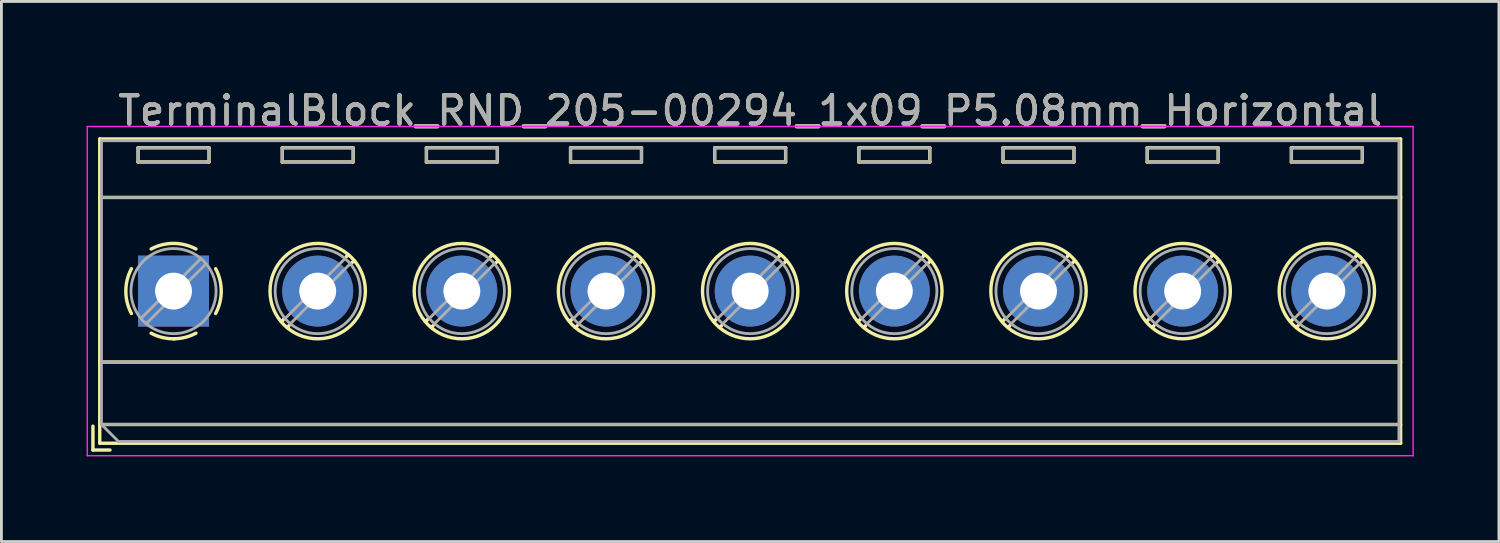
<source format=kicad_pcb>
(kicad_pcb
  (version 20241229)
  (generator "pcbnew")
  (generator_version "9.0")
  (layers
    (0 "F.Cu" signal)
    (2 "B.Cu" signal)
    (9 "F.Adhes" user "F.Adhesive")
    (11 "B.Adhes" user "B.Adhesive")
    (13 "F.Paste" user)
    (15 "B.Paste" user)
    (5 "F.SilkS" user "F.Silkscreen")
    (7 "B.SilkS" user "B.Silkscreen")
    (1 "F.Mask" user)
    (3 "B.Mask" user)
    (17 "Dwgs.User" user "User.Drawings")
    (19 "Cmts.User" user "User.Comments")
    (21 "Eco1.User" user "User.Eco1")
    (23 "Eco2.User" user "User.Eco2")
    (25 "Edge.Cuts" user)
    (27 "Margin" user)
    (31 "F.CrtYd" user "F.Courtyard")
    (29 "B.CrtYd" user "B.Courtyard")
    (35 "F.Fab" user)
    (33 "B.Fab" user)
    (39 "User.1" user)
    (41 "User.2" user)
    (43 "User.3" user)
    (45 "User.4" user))
  (footprint "TerminalBlock_RND_205-00294_1x09_P5.08mm_Horizontal"
    (layer "F.Cu")
    (at 3.065 7.208)
    (property "Reference" "TerminalBlock_RND_205-00294_1x09_P5.08mm_Horizontal" (at 20.32 -6.36 0) (layer "F.SilkS") (effects (font (size 1 1) (thickness 0.15))))
    (attr through_hole)
    (fp_line (start -2.84 4.76) (end -2.84 5.6) (stroke (width 0.12) (type solid)) (layer "F.SilkS"))
    (fp_line (start -2.84 5.6) (end -2.24 5.6) (stroke (width 0.12) (type solid)) (layer "F.SilkS"))
    (fp_line (start -2.6 -5.36) (end -2.6 5.36) (stroke (width 0.12) (type solid)) (layer "F.SilkS"))
    (fp_line (start -2.6 -5.36) (end 43.24 -5.36) (stroke (width 0.12) (type solid)) (layer "F.SilkS"))
    (fp_line (start -2.6 -3.3) (end 43.24 -3.3) (stroke (width 0.12) (type solid)) (layer "F.SilkS"))
    (fp_line (start -2.6 2.5) (end 43.24 2.5) (stroke (width 0.12) (type solid)) (layer "F.SilkS"))
    (fp_line (start -2.6 4.7) (end 43.24 4.7) (stroke (width 0.12) (type solid)) (layer "F.SilkS"))
    (fp_line (start -2.6 5.36) (end 43.24 5.36) (stroke (width 0.12) (type solid)) (layer "F.SilkS"))
    (fp_line (start -1.25 -5.05) (end -1.25 -4.55) (stroke (width 0.12) (type solid)) (layer "F.SilkS"))
    (fp_line (start -1.25 -5.05) (end 1.25 -5.05) (stroke (width 0.12) (type solid)) (layer "F.SilkS"))
    (fp_line (start -1.25 -4.55) (end 1.25 -4.55) (stroke (width 0.12) (type solid)) (layer "F.SilkS"))
    (fp_line (start 1.25 -5.05) (end 1.25 -4.55) (stroke (width 0.12) (type solid)) (layer "F.SilkS"))
    (fp_line (start 3.83 -5.05) (end 3.83 -4.55) (stroke (width 0.12) (type solid)) (layer "F.SilkS"))
    (fp_line (start 3.83 -5.05) (end 6.33 -5.05) (stroke (width 0.12) (type solid)) (layer "F.SilkS"))
    (fp_line (start 3.83 -4.55) (end 6.33 -4.55) (stroke (width 0.12) (type solid)) (layer "F.SilkS"))
    (fp_line (start 3.9 0.976) (end 3.806 1.069) (stroke (width 0.12) (type solid)) (layer "F.SilkS"))
    (fp_line (start 4.07 1.216) (end 4.011 1.274) (stroke (width 0.12) (type solid)) (layer "F.SilkS"))
    (fp_line (start 6.15 -1.275) (end 6.091 -1.216) (stroke (width 0.12) (type solid)) (layer "F.SilkS"))
    (fp_line (start 6.33 -5.05) (end 6.33 -4.55) (stroke (width 0.12) (type solid)) (layer "F.SilkS"))
    (fp_line (start 6.355 -1.069) (end 6.261 -0.976) (stroke (width 0.12) (type solid)) (layer "F.SilkS"))
    (fp_line (start 8.91 -5.05) (end 8.91 -4.55) (stroke (width 0.12) (type solid)) (layer "F.SilkS"))
    (fp_line (start 8.91 -5.05) (end 11.41 -5.05) (stroke (width 0.12) (type solid)) (layer "F.SilkS"))
    (fp_line (start 8.91 -4.55) (end 11.41 -4.55) (stroke (width 0.12) (type solid)) (layer "F.SilkS"))
    (fp_line (start 8.98 0.976) (end 8.886 1.069) (stroke (width 0.12) (type solid)) (layer "F.SilkS"))
    (fp_line (start 9.15 1.216) (end 9.091 1.274) (stroke (width 0.12) (type solid)) (layer "F.SilkS"))
    (fp_line (start 11.23 -1.275) (end 11.171 -1.216) (stroke (width 0.12) (type solid)) (layer "F.SilkS"))
    (fp_line (start 11.41 -5.05) (end 11.41 -4.55) (stroke (width 0.12) (type solid)) (layer "F.SilkS"))
    (fp_line (start 11.435 -1.069) (end 11.341 -0.976) (stroke (width 0.12) (type solid)) (layer "F.SilkS"))
    (fp_line (start 13.99 -5.05) (end 13.99 -4.55) (stroke (width 0.12) (type solid)) (layer "F.SilkS"))
    (fp_line (start 13.99 -5.05) (end 16.49 -5.05) (stroke (width 0.12) (type solid)) (layer "F.SilkS"))
    (fp_line (start 13.99 -4.55) (end 16.49 -4.55) (stroke (width 0.12) (type solid)) (layer "F.SilkS"))
    (fp_line (start 14.06 0.976) (end 13.966 1.069) (stroke (width 0.12) (type solid)) (layer "F.SilkS"))
    (fp_line (start 14.23 1.216) (end 14.171 1.274) (stroke (width 0.12) (type solid)) (layer "F.SilkS"))
    (fp_line (start 16.31 -1.275) (end 16.251 -1.216) (stroke (width 0.12) (type solid)) (layer "F.SilkS"))
    (fp_line (start 16.49 -5.05) (end 16.49 -4.55) (stroke (width 0.12) (type solid)) (layer "F.SilkS"))
    (fp_line (start 16.515 -1.069) (end 16.421 -0.976) (stroke (width 0.12) (type solid)) (layer "F.SilkS"))
    (fp_line (start 19.07 -5.05) (end 19.07 -4.55) (stroke (width 0.12) (type solid)) (layer "F.SilkS"))
    (fp_line (start 19.07 -5.05) (end 21.57 -5.05) (stroke (width 0.12) (type solid)) (layer "F.SilkS"))
    (fp_line (start 19.07 -4.55) (end 21.57 -4.55) (stroke (width 0.12) (type solid)) (layer "F.SilkS"))
    (fp_line (start 19.14 0.976) (end 19.046 1.069) (stroke (width 0.12) (type solid)) (layer "F.SilkS"))
    (fp_line (start 19.31 1.216) (end 19.251 1.274) (stroke (width 0.12) (type solid)) (layer "F.SilkS"))
    (fp_line (start 21.39 -1.275) (end 21.331 -1.216) (stroke (width 0.12) (type solid)) (layer "F.SilkS"))
    (fp_line (start 21.57 -5.05) (end 21.57 -4.55) (stroke (width 0.12) (type solid)) (layer "F.SilkS"))
    (fp_line (start 21.595 -1.069) (end 21.501 -0.976) (stroke (width 0.12) (type solid)) (layer "F.SilkS"))
    (fp_line (start 24.15 -5.05) (end 24.15 -4.55) (stroke (width 0.12) (type solid)) (layer "F.SilkS"))
    (fp_line (start 24.15 -5.05) (end 26.65 -5.05) (stroke (width 0.12) (type solid)) (layer "F.SilkS"))
    (fp_line (start 24.15 -4.55) (end 26.65 -4.55) (stroke (width 0.12) (type solid)) (layer "F.SilkS"))
    (fp_line (start 24.22 0.976) (end 24.126 1.069) (stroke (width 0.12) (type solid)) (layer "F.SilkS"))
    (fp_line (start 24.39 1.216) (end 24.331 1.274) (stroke (width 0.12) (type solid)) (layer "F.SilkS"))
    (fp_line (start 26.47 -1.275) (end 26.411 -1.216) (stroke (width 0.12) (type solid)) (layer "F.SilkS"))
    (fp_line (start 26.65 -5.05) (end 26.65 -4.55) (stroke (width 0.12) (type solid)) (layer "F.SilkS"))
    (fp_line (start 26.675 -1.069) (end 26.581 -0.976) (stroke (width 0.12) (type solid)) (layer "F.SilkS"))
    (fp_line (start 29.23 -5.05) (end 29.23 -4.55) (stroke (width 0.12) (type solid)) (layer "F.SilkS"))
    (fp_line (start 29.23 -5.05) (end 31.73 -5.05) (stroke (width 0.12) (type solid)) (layer "F.SilkS"))
    (fp_line (start 29.23 -4.55) (end 31.73 -4.55) (stroke (width 0.12) (type solid)) (layer "F.SilkS"))
    (fp_line (start 29.3 0.976) (end 29.206 1.069) (stroke (width 0.12) (type solid)) (layer "F.SilkS"))
    (fp_line (start 29.47 1.216) (end 29.411 1.274) (stroke (width 0.12) (type solid)) (layer "F.SilkS"))
    (fp_line (start 31.55 -1.275) (end 31.491 -1.216) (stroke (width 0.12) (type solid)) (layer "F.SilkS"))
    (fp_line (start 31.73 -5.05) (end 31.73 -4.55) (stroke (width 0.12) (type solid)) (layer "F.SilkS"))
    (fp_line (start 31.755 -1.069) (end 31.661 -0.976) (stroke (width 0.12) (type solid)) (layer "F.SilkS"))
    (fp_line (start 34.31 -5.05) (end 34.31 -4.55) (stroke (width 0.12) (type solid)) (layer "F.SilkS"))
    (fp_line (start 34.31 -5.05) (end 36.81 -5.05) (stroke (width 0.12) (type solid)) (layer "F.SilkS"))
    (fp_line (start 34.31 -4.55) (end 36.81 -4.55) (stroke (width 0.12) (type solid)) (layer "F.SilkS"))
    (fp_line (start 34.38 0.976) (end 34.286 1.069) (stroke (width 0.12) (type solid)) (layer "F.SilkS"))
    (fp_line (start 34.55 1.216) (end 34.491 1.274) (stroke (width 0.12) (type solid)) (layer "F.SilkS"))
    (fp_line (start 36.63 -1.275) (end 36.571 -1.216) (stroke (width 0.12) (type solid)) (layer "F.SilkS"))
    (fp_line (start 36.81 -5.05) (end 36.81 -4.55) (stroke (width 0.12) (type solid)) (layer "F.SilkS"))
    (fp_line (start 36.835 -1.069) (end 36.741 -0.976) (stroke (width 0.12) (type solid)) (layer "F.SilkS"))
    (fp_line (start 39.39 -5.05) (end 39.39 -4.55) (stroke (width 0.12) (type solid)) (layer "F.SilkS"))
    (fp_line (start 39.39 -5.05) (end 41.89 -5.05) (stroke (width 0.12) (type solid)) (layer "F.SilkS"))
    (fp_line (start 39.39 -4.55) (end 41.89 -4.55) (stroke (width 0.12) (type solid)) (layer "F.SilkS"))
    (fp_line (start 39.46 0.976) (end 39.366 1.069) (stroke (width 0.12) (type solid)) (layer "F.SilkS"))
    (fp_line (start 39.63 1.216) (end 39.571 1.274) (stroke (width 0.12) (type solid)) (layer "F.SilkS"))
    (fp_line (start 41.71 -1.275) (end 41.651 -1.216) (stroke (width 0.12) (type solid)) (layer "F.SilkS"))
    (fp_line (start 41.89 -5.05) (end 41.89 -4.55) (stroke (width 0.12) (type solid)) (layer "F.SilkS"))
    (fp_line (start 41.915 -1.069) (end 41.821 -0.976) (stroke (width 0.12) (type solid)) (layer "F.SilkS"))
    (fp_line (start 43.24 -5.36) (end 43.24 5.36) (stroke (width 0.12) (type solid)) (layer "F.SilkS"))
    (fp_arc (start -1.483953 0.789089) (mid -1.680708 0.00005) (end -1.484 -0.789) (stroke (width 0.12) (type solid)) (layer "F.SilkS"))
    (fp_arc (start -0.789089 -1.483953) (mid -0.00005 -1.680708) (end 0.789 -1.484) (stroke (width 0.12) (type solid)) (layer "F.SilkS"))
    (fp_arc (start 0.029383 1.68045) (mid -0.392304 1.634281) (end -0.789 1.484) (stroke (width 0.12) (type solid)) (layer "F.SilkS"))
    (fp_arc (start 0.788712 1.483352) (mid 0.406429 1.630097) (end 0 1.68) (stroke (width 0.12) (type solid)) (layer "F.SilkS"))
    (fp_arc (start 1.483953 -0.789089) (mid 1.680708 -0.00005) (end 1.484 0.789) (stroke (width 0.12) (type solid)) (layer "F.SilkS"))
    (fp_circle (center 5.08 0) (end 6.76 0) (stroke (width 0.12) (type solid)) (fill no) (layer "F.SilkS"))
    (fp_circle (center 10.16 0) (end 11.84 0) (stroke (width 0.12) (type solid)) (fill no) (layer "F.SilkS"))
    (fp_circle (center 15.24 0) (end 16.92 0) (stroke (width 0.12) (type solid)) (fill no) (layer "F.SilkS"))
    (fp_circle (center 20.32 0) (end 22 0) (stroke (width 0.12) (type solid)) (fill no) (layer "F.SilkS"))
    (fp_circle (center 25.4 0) (end 27.08 0) (stroke (width 0.12) (type solid)) (fill no) (layer "F.SilkS"))
    (fp_circle (center 30.48 0) (end 32.16 0) (stroke (width 0.12) (type solid)) (fill no) (layer "F.SilkS"))
    (fp_circle (center 35.56 0) (end 37.24 0) (stroke (width 0.12) (type solid)) (fill no) (layer "F.SilkS"))
    (fp_circle (center 40.64 0) (end 42.32 0) (stroke (width 0.12) (type solid)) (fill no) (layer "F.SilkS"))
    (fp_line (start -3.04 -5.8) (end -3.04 5.8) (stroke (width 0.05) (type solid)) (layer "F.CrtYd"))
    (fp_line (start -3.04 5.8) (end 43.68 5.8) (stroke (width 0.05) (type solid)) (layer "F.CrtYd"))
    (fp_line (start 43.68 -5.8) (end -3.04 -5.8) (stroke (width 0.05) (type solid)) (layer "F.CrtYd"))
    (fp_line (start 43.68 5.8) (end 43.68 -5.8) (stroke (width 0.05) (type solid)) (layer "F.CrtYd"))
    (fp_line (start -2.54 -5.3) (end 43.18 -5.3) (stroke (width 0.1) (type solid)) (layer "F.Fab"))
    (fp_line (start -2.54 -3.3) (end 43.18 -3.3) (stroke (width 0.1) (type solid)) (layer "F.Fab"))
    (fp_line (start -2.54 2.5) (end 43.18 2.5) (stroke (width 0.1) (type solid)) (layer "F.Fab"))
    (fp_line (start -2.54 4.7) (end -2.54 -5.3) (stroke (width 0.1) (type solid)) (layer "F.Fab"))
    (fp_line (start -2.54 4.7) (end 43.18 4.7) (stroke (width 0.1) (type solid)) (layer "F.Fab"))
    (fp_line (start -1.94 5.3) (end -2.54 4.7) (stroke (width 0.1) (type solid)) (layer "F.Fab"))
    (fp_line (start -1.25 -5.05) (end -1.25 -4.55) (stroke (width 0.1) (type solid)) (layer "F.Fab"))
    (fp_line (start -1.25 -4.55) (end 1.25 -4.55) (stroke (width 0.1) (type solid)) (layer "F.Fab"))
    (fp_line (start 0.955 -1.138) (end -1.138 0.955) (stroke (width 0.1) (type solid)) (layer "F.Fab"))
    (fp_line (start 1.138 -0.955) (end -0.955 1.138) (stroke (width 0.1) (type solid)) (layer "F.Fab"))
    (fp_line (start 1.25 -5.05) (end -1.25 -5.05) (stroke (width 0.1) (type solid)) (layer "F.Fab"))
    (fp_line (start 1.25 -4.55) (end 1.25 -5.05) (stroke (width 0.1) (type solid)) (layer "F.Fab"))
    (fp_line (start 3.83 -5.05) (end 3.83 -4.55) (stroke (width 0.1) (type solid)) (layer "F.Fab"))
    (fp_line (start 3.83 -4.55) (end 6.33 -4.55) (stroke (width 0.1) (type solid)) (layer "F.Fab"))
    (fp_line (start 6.035 -1.138) (end 3.943 0.955) (stroke (width 0.1) (type solid)) (layer "F.Fab"))
    (fp_line (start 6.218 -0.955) (end 4.126 1.138) (stroke (width 0.1) (type solid)) (layer "F.Fab"))
    (fp_line (start 6.33 -5.05) (end 3.83 -5.05) (stroke (width 0.1) (type solid)) (layer "F.Fab"))
    (fp_line (start 6.33 -4.55) (end 6.33 -5.05) (stroke (width 0.1) (type solid)) (layer "F.Fab"))
    (fp_line (start 8.91 -5.05) (end 8.91 -4.55) (stroke (width 0.1) (type solid)) (layer "F.Fab"))
    (fp_line (start 8.91 -4.55) (end 11.41 -4.55) (stroke (width 0.1) (type solid)) (layer "F.Fab"))
    (fp_line (start 11.115 -1.138) (end 9.023 0.955) (stroke (width 0.1) (type solid)) (layer "F.Fab"))
    (fp_line (start 11.298 -0.955) (end 9.206 1.138) (stroke (width 0.1) (type solid)) (layer "F.Fab"))
    (fp_line (start 11.41 -5.05) (end 8.91 -5.05) (stroke (width 0.1) (type solid)) (layer "F.Fab"))
    (fp_line (start 11.41 -4.55) (end 11.41 -5.05) (stroke (width 0.1) (type solid)) (layer "F.Fab"))
    (fp_line (start 13.99 -5.05) (end 13.99 -4.55) (stroke (width 0.1) (type solid)) (layer "F.Fab"))
    (fp_line (start 13.99 -4.55) (end 16.49 -4.55) (stroke (width 0.1) (type solid)) (layer "F.Fab"))
    (fp_line (start 16.195 -1.138) (end 14.103 0.955) (stroke (width 0.1) (type solid)) (layer "F.Fab"))
    (fp_line (start 16.378 -0.955) (end 14.286 1.138) (stroke (width 0.1) (type solid)) (layer "F.Fab"))
    (fp_line (start 16.49 -5.05) (end 13.99 -5.05) (stroke (width 0.1) (type solid)) (layer "F.Fab"))
    (fp_line (start 16.49 -4.55) (end 16.49 -5.05) (stroke (width 0.1) (type solid)) (layer "F.Fab"))
    (fp_line (start 19.07 -5.05) (end 19.07 -4.55) (stroke (width 0.1) (type solid)) (layer "F.Fab"))
    (fp_line (start 19.07 -4.55) (end 21.57 -4.55) (stroke (width 0.1) (type solid)) (layer "F.Fab"))
    (fp_line (start 21.275 -1.138) (end 19.183 0.955) (stroke (width 0.1) (type solid)) (layer "F.Fab"))
    (fp_line (start 21.458 -0.955) (end 19.366 1.138) (stroke (width 0.1) (type solid)) (layer "F.Fab"))
    (fp_line (start 21.57 -5.05) (end 19.07 -5.05) (stroke (width 0.1) (type solid)) (layer "F.Fab"))
    (fp_line (start 21.57 -4.55) (end 21.57 -5.05) (stroke (width 0.1) (type solid)) (layer "F.Fab"))
    (fp_line (start 24.15 -5.05) (end 24.15 -4.55) (stroke (width 0.1) (type solid)) (layer "F.Fab"))
    (fp_line (start 24.15 -4.55) (end 26.65 -4.55) (stroke (width 0.1) (type solid)) (layer "F.Fab"))
    (fp_line (start 26.355 -1.138) (end 24.263 0.955) (stroke (width 0.1) (type solid)) (layer "F.Fab"))
    (fp_line (start 26.538 -0.955) (end 24.446 1.138) (stroke (width 0.1) (type solid)) (layer "F.Fab"))
    (fp_line (start 26.65 -5.05) (end 24.15 -5.05) (stroke (width 0.1) (type solid)) (layer "F.Fab"))
    (fp_line (start 26.65 -4.55) (end 26.65 -5.05) (stroke (width 0.1) (type solid)) (layer "F.Fab"))
    (fp_line (start 29.23 -5.05) (end 29.23 -4.55) (stroke (width 0.1) (type solid)) (layer "F.Fab"))
    (fp_line (start 29.23 -4.55) (end 31.73 -4.55) (stroke (width 0.1) (type solid)) (layer "F.Fab"))
    (fp_line (start 31.435 -1.138) (end 29.343 0.955) (stroke (width 0.1) (type solid)) (layer "F.Fab"))
    (fp_line (start 31.618 -0.955) (end 29.526 1.138) (stroke (width 0.1) (type solid)) (layer "F.Fab"))
    (fp_line (start 31.73 -5.05) (end 29.23 -5.05) (stroke (width 0.1) (type solid)) (layer "F.Fab"))
    (fp_line (start 31.73 -4.55) (end 31.73 -5.05) (stroke (width 0.1) (type solid)) (layer "F.Fab"))
    (fp_line (start 34.31 -5.05) (end 34.31 -4.55) (stroke (width 0.1) (type solid)) (layer "F.Fab"))
    (fp_line (start 34.31 -4.55) (end 36.81 -4.55) (stroke (width 0.1) (type solid)) (layer "F.Fab"))
    (fp_line (start 36.515 -1.138) (end 34.423 0.955) (stroke (width 0.1) (type solid)) (layer "F.Fab"))
    (fp_line (start 36.698 -0.955) (end 34.606 1.138) (stroke (width 0.1) (type solid)) (layer "F.Fab"))
    (fp_line (start 36.81 -5.05) (end 34.31 -5.05) (stroke (width 0.1) (type solid)) (layer "F.Fab"))
    (fp_line (start 36.81 -4.55) (end 36.81 -5.05) (stroke (width 0.1) (type solid)) (layer "F.Fab"))
    (fp_line (start 39.39 -5.05) (end 39.39 -4.55) (stroke (width 0.1) (type solid)) (layer "F.Fab"))
    (fp_line (start 39.39 -4.55) (end 41.89 -4.55) (stroke (width 0.1) (type solid)) (layer "F.Fab"))
    (fp_line (start 41.595 -1.138) (end 39.503 0.955) (stroke (width 0.1) (type solid)) (layer "F.Fab"))
    (fp_line (start 41.778 -0.955) (end 39.686 1.138) (stroke (width 0.1) (type solid)) (layer "F.Fab"))
    (fp_line (start 41.89 -5.05) (end 39.39 -5.05) (stroke (width 0.1) (type solid)) (layer "F.Fab"))
    (fp_line (start 41.89 -4.55) (end 41.89 -5.05) (stroke (width 0.1) (type solid)) (layer "F.Fab"))
    (fp_line (start 43.18 -5.3) (end 43.18 5.3) (stroke (width 0.1) (type solid)) (layer "F.Fab"))
    (fp_line (start 43.18 5.3) (end -1.94 5.3) (stroke (width 0.1) (type solid)) (layer "F.Fab"))
    (fp_circle (center 0 0) (end 1.5 0) (stroke (width 0.1) (type solid)) (fill no) (layer "F.Fab"))
    (fp_circle (center 5.08 0) (end 6.58 0) (stroke (width 0.1) (type solid)) (fill no) (layer "F.Fab"))
    (fp_circle (center 10.16 0) (end 11.66 0) (stroke (width 0.1) (type solid)) (fill no) (layer "F.Fab"))
    (fp_circle (center 15.24 0) (end 16.74 0) (stroke (width 0.1) (type solid)) (fill no) (layer "F.Fab"))
    (fp_circle (center 20.32 0) (end 21.82 0) (stroke (width 0.1) (type solid)) (fill no) (layer "F.Fab"))
    (fp_circle (center 25.4 0) (end 26.9 0) (stroke (width 0.1) (type solid)) (fill no) (layer "F.Fab"))
    (fp_circle (center 30.48 0) (end 31.98 0) (stroke (width 0.1) (type solid)) (fill no) (layer "F.Fab"))
    (fp_circle (center 35.56 0) (end 37.06 0) (stroke (width 0.1) (type solid)) (fill no) (layer "F.Fab"))
    (fp_circle (center 40.64 0) (end 42.14 0) (stroke (width 0.1) (type solid)) (fill no) (layer "F.Fab"))
    (fp_text user "${REFERENCE}" (at 20.32 -6.36 0) (layer "F.Fab") (effects (font (size 1 1) (thickness 0.15))))
    (pad "1" thru_hole rect (at 0 0) (size 2.5 2.5) (drill 1.3) (layers "*.Cu" "*.Mask"))
    (pad "2" thru_hole circle (at 5.08 0) (size 2.5 2.5) (drill 1.3) (layers "*.Cu" "*.Mask"))
    (pad "3" thru_hole circle (at 10.16 0) (size 2.5 2.5) (drill 1.3) (layers "*.Cu" "*.Mask"))
    (pad "4" thru_hole circle (at 15.24 0) (size 2.5 2.5) (drill 1.3) (layers "*.Cu" "*.Mask"))
    (pad "5" thru_hole circle (at 20.32 0) (size 2.5 2.5) (drill 1.3) (layers "*.Cu" "*.Mask"))
    (pad "6" thru_hole circle (at 25.4 0) (size 2.5 2.5) (drill 1.3) (layers "*.Cu" "*.Mask"))
    (pad "7" thru_hole circle (at 30.48 0) (size 2.5 2.5) (drill 1.3) (layers "*.Cu" "*.Mask"))
    (pad "8" thru_hole circle (at 35.56 0) (size 2.5 2.5) (drill 1.3) (layers "*.Cu" "*.Mask"))
    (pad "9" thru_hole circle (at 40.64 0) (size 2.5 2.5) (drill 1.3) (layers "*.Cu" "*.Mask")))
  (gr_rect
    (start -3 -3)
    (end 49.77 16.033)
    (stroke (width 0.1) (type default))
    (fill no)
    (layer "Edge.Cuts")))
</source>
